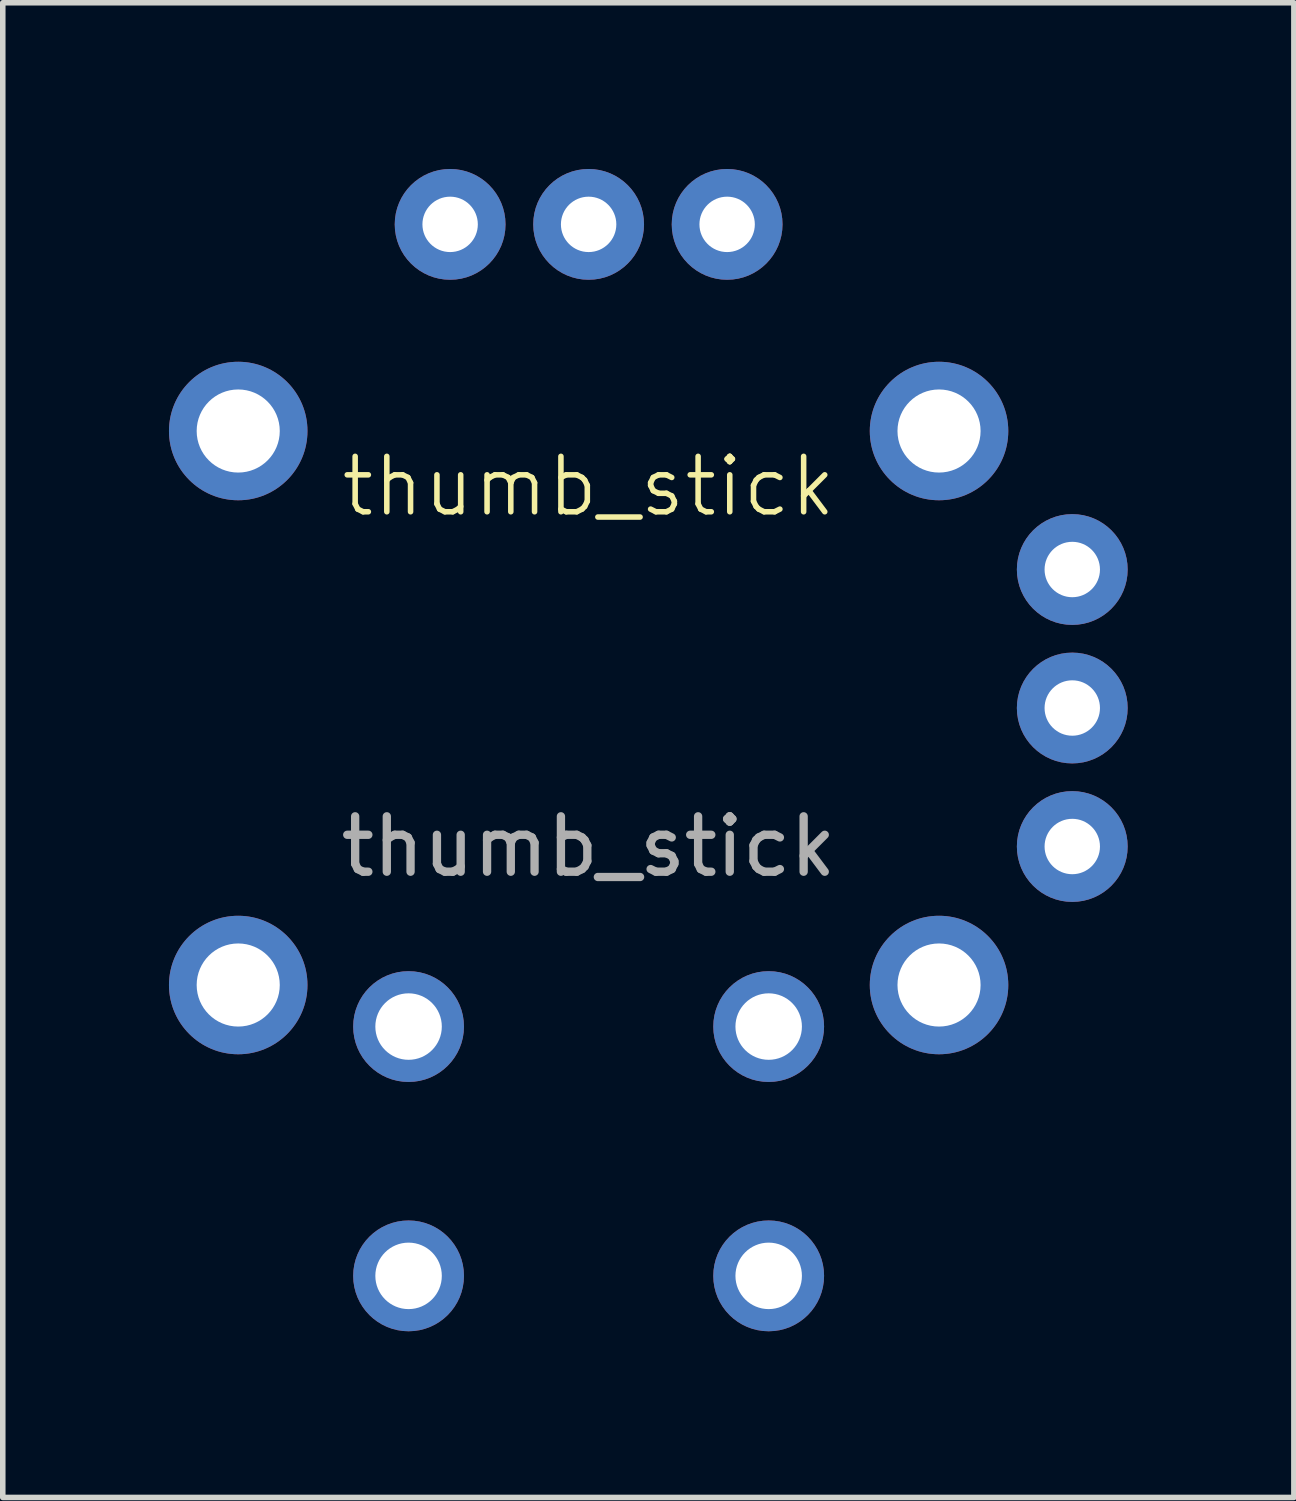
<source format=kicad_pcb>
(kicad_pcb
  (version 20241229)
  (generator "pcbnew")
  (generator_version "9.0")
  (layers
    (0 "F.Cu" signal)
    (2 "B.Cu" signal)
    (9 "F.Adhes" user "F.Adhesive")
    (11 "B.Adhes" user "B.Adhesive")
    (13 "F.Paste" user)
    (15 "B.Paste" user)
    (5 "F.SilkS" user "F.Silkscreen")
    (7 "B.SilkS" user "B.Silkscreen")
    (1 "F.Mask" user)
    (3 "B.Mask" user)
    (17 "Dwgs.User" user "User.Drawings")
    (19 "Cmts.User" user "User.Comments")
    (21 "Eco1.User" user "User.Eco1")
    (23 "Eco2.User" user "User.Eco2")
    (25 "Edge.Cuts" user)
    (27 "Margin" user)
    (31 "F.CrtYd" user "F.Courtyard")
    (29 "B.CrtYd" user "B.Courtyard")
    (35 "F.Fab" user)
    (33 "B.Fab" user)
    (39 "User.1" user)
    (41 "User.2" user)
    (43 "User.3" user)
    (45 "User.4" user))
  (footprint "thumb_stick"
    (layer "F.Cu")
    (at 7.575 9.73)
    (property "Reference" "thumb_stick" (at 0 -4 0) (unlocked yes) (layer "F.SilkS") (effects (font (size 1 1) (thickness 0.1))))
    (attr through_hole)
    (fp_text user "${REFERENCE}" (at 0 2.5 0) (unlocked yes) (layer "F.Fab") (effects (font (size 1 1) (thickness 0.15))))
    (pad "" thru_hole circle (at -6.325 -5) (size 2.5 2.5) (drill 1.5) (layers "*.Cu" "*.Mask"))
    (pad "" thru_hole circle (at -6.325 5) (size 2.5 2.5) (drill 1.5) (layers "*.Cu" "*.Mask"))
    (pad "" thru_hole circle (at 6.325 -5) (size 2.5 2.5) (drill 1.5) (layers "*.Cu" "*.Mask"))
    (pad "" thru_hole circle (at 6.325 5) (size 2.5 2.5) (drill 1.5) (layers "*.Cu" "*.Mask"))
    (pad "1" thru_hole circle (at 2.5 -8.73) (size 2 2) (drill 1) (layers "*.Cu" "*.Mask"))
    (pad "2" thru_hole circle (at 0 -8.73) (size 2 2) (drill 1) (layers "*.Cu" "*.Mask"))
    (pad "3" thru_hole circle (at -2.5 -8.73) (size 2 2) (drill 1) (layers "*.Cu" "*.Mask"))
    (pad "4" thru_hole circle (at 8.73 2.5) (size 2 2) (drill 1) (layers "*.Cu" "*.Mask"))
    (pad "5" thru_hole circle (at 8.73 0) (size 2 2) (drill 1) (layers "*.Cu" "*.Mask"))
    (pad "6" thru_hole circle (at 8.73 -2.5) (size 2 2) (drill 1) (layers "*.Cu" "*.Mask"))
    (pad "7" thru_hole circle (at -3.25 5.75) (size 2 2) (drill 1.2) (layers "*.Cu" "*.Mask"))
    (pad "7" thru_hole circle (at 3.25 5.75) (size 2 2) (drill 1.2) (layers "*.Cu" "*.Mask"))
    (pad "8" thru_hole circle (at -3.25 10.25) (size 2 2) (drill 1.2) (layers "*.Cu" "*.Mask"))
    (pad "8" thru_hole circle (at 3.25 10.25) (size 2 2) (drill 1.2) (layers "*.Cu" "*.Mask")))
  (gr_rect
    (start -3 -3)
    (end 20.305 23.98)
    (stroke (width 0.1) (type default))
    (fill no)
    (layer "Edge.Cuts")))
</source>
